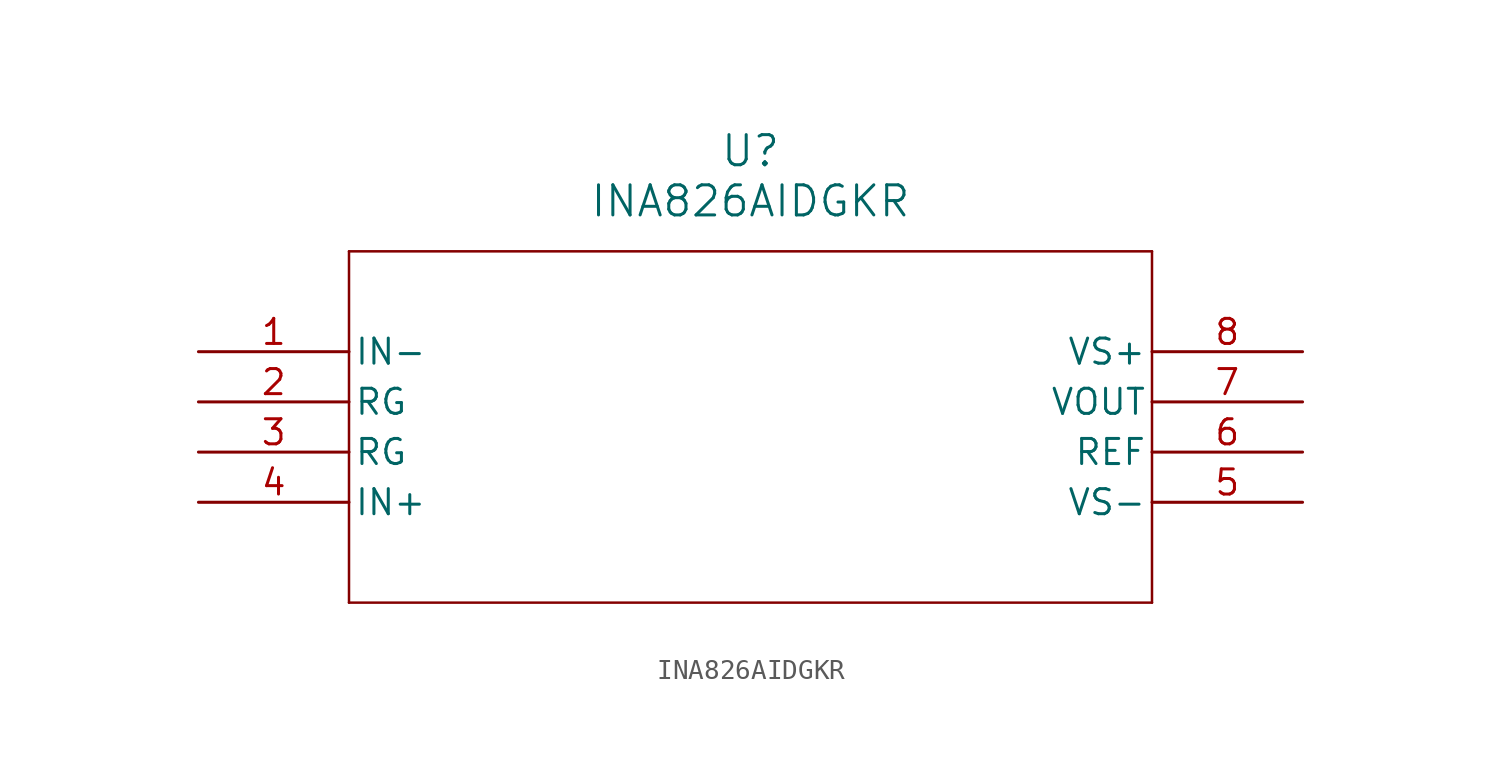
<source format=kicad_sym>
(kicad_symbol_lib
  (version 20211014)
  (generator kicad_symbol_editor)
  (symbol "INA826AIDGKR"
    (pin_names
      (offset 0.254))
    (property "Reference" "U"
      (at 27.94 10.16 0)
      (effects (font (size 1.524 1.524))))
    (property "Value" "INA826AIDGKR"
      (at 27.94 7.62 0)
      (effects (font (size 1.524 1.524))))
    (symbol "INA826AIDGKR_0_1"
      (polyline (pts (xy 7.62 5.08) (xy 7.62 -12.7)) (stroke (width 0.127) (type default) (color 0 0 0 0)) (fill (type none)))
      (polyline (pts (xy 7.62 -12.7) (xy 48.26 -12.7)) (stroke (width 0.127) (type default) (color 0 0 0 0)) (fill (type none)))
      (polyline (pts (xy 48.26 -12.7) (xy 48.26 5.08)) (stroke (width 0.127) (type default) (color 0 0 0 0)) (fill (type none)))
      (polyline (pts (xy 48.26 5.08) (xy 7.62 5.08)) (stroke (width 0.127) (type default) (color 0 0 0 0)) (fill (type none)))
      (pin input line (at 0 0 0) (length 7.62) (name "IN-" (effects (font (size 1.27 1.27)))) (number "1" (effects (font (size 1.27 1.27)))))
      (pin unspecified line (at 0 -2.54 0) (length 7.62) (name "RG" (effects (font (size 1.27 1.27)))) (number "2" (effects (font (size 1.27 1.27)))))
      (pin unspecified line (at 0 -5.08 0) (length 7.62) (name "RG" (effects (font (size 1.27 1.27)))) (number "3" (effects (font (size 1.27 1.27)))))
      (pin input line (at 0 -7.62 0) (length 7.62) (name "IN+" (effects (font (size 1.27 1.27)))) (number "4" (effects (font (size 1.27 1.27)))))
      (pin power_in line (at 55.88 -7.62 180) (length 7.62) (name "VS-" (effects (font (size 1.27 1.27)))) (number "5" (effects (font (size 1.27 1.27)))))
      (pin unspecified line (at 55.88 -5.08 180) (length 7.62) (name "REF" (effects (font (size 1.27 1.27)))) (number "6" (effects (font (size 1.27 1.27)))))
      (pin output line (at 55.88 -2.54 180) (length 7.62) (name "VOUT" (effects (font (size 1.27 1.27)))) (number "7" (effects (font (size 1.27 1.27)))))
      (pin power_in line (at 55.88 0 180) (length 7.62) (name "VS+" (effects (font (size 1.27 1.27)))) (number "8" (effects (font (size 1.27 1.27))))))))
</source>
